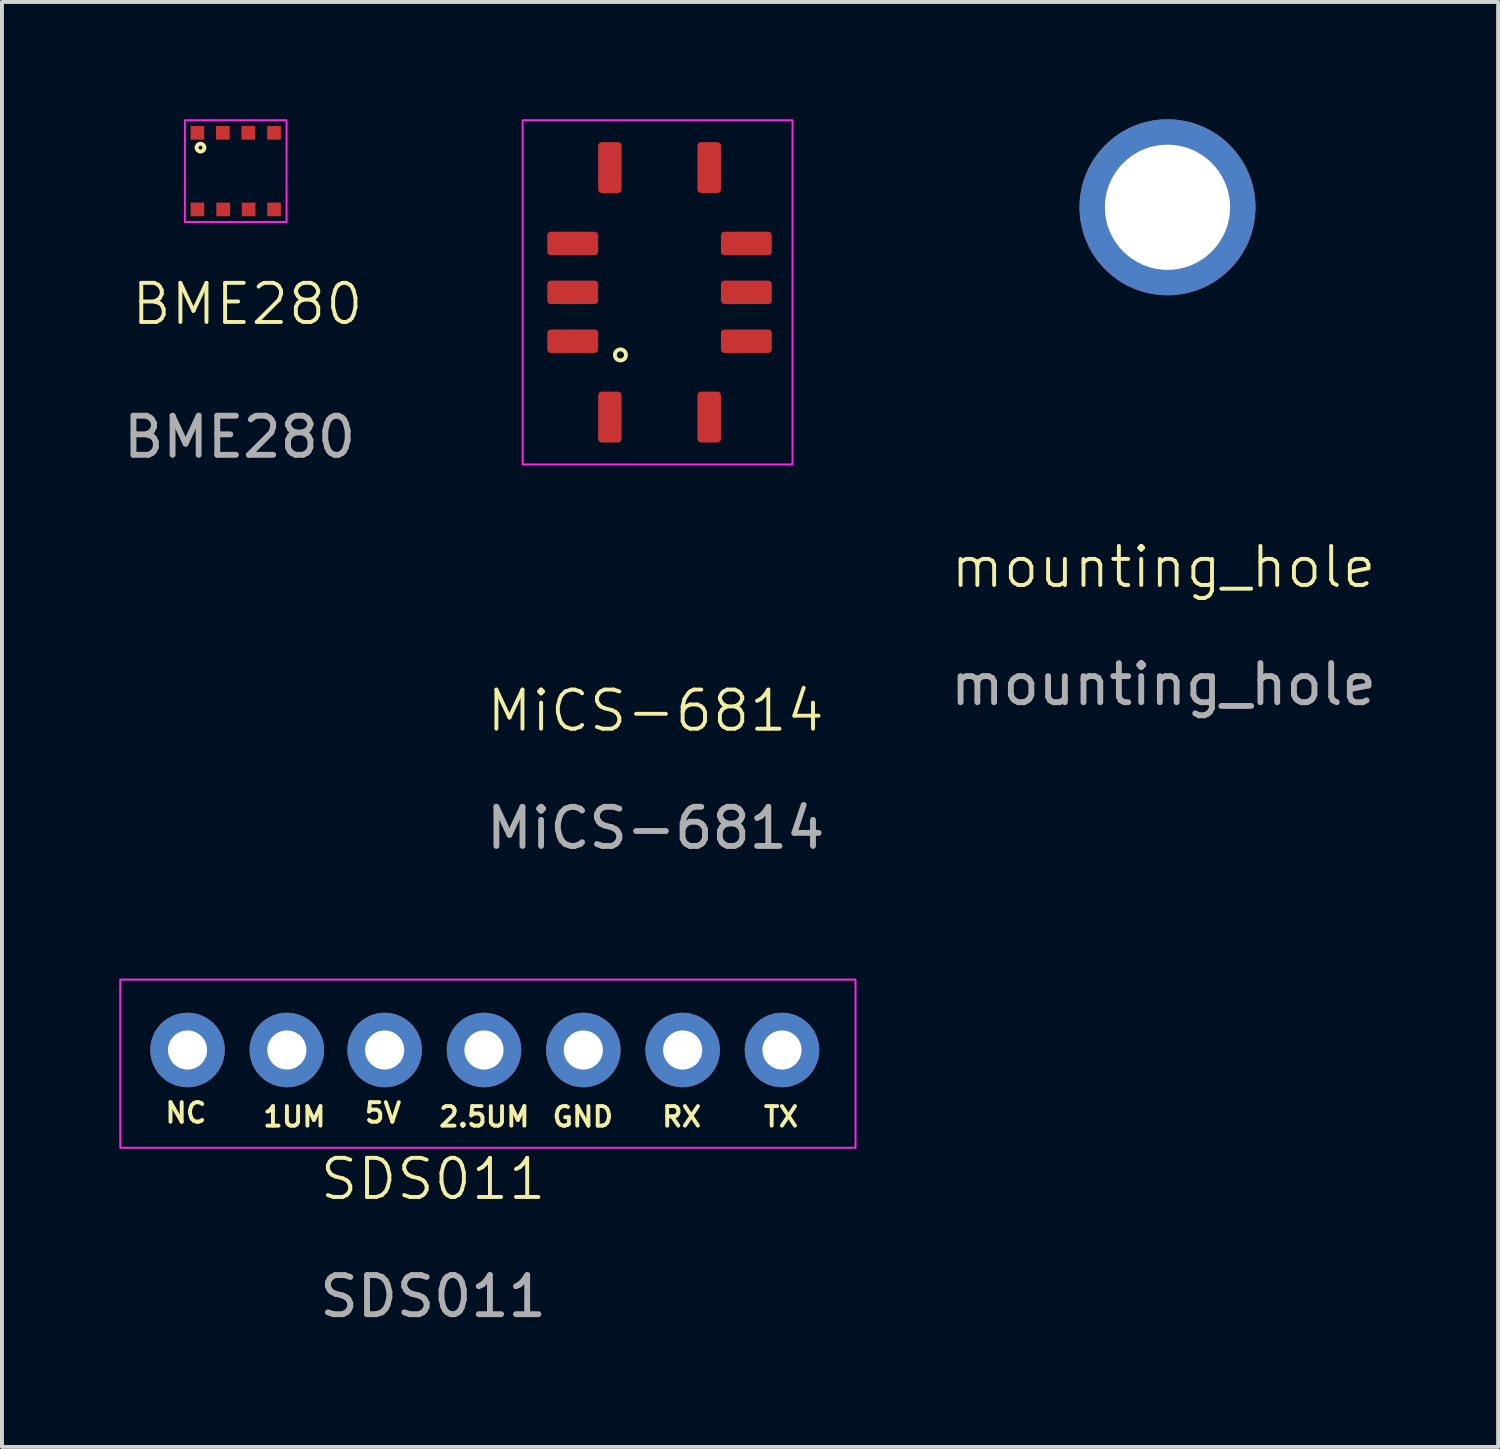
<source format=kicad_pcb>
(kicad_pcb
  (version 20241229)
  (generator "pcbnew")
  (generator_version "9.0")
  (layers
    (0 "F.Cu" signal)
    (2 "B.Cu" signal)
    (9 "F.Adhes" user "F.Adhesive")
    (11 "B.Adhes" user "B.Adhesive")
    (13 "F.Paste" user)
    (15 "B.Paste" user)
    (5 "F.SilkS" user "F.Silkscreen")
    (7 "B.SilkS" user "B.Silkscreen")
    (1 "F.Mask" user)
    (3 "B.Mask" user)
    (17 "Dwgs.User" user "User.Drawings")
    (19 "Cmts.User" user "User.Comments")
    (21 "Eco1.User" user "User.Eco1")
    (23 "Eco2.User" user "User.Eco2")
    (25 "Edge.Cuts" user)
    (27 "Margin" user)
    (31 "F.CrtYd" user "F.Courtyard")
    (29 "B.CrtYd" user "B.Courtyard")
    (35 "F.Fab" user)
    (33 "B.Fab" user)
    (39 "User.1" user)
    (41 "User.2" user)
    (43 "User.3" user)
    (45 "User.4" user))
  (footprint "mounting_hole"
    (layer "F.Cu")
    (at 26.702 11.95)
    (property "Reference" "mounting_hole" (at 0 -0.5 0) (unlocked yes) (layer "F.SilkS") (effects (font (size 1 1) (thickness 0.1))))
    (attr smd)
    (fp_text user "${REFERENCE}" (at 0 2.5 0) (unlocked yes) (layer "F.Fab") (effects (font (size 1 1) (thickness 0.15))))
    (pad "" thru_hole circle (at 0.1 -9.7) (size 4.5 4.5) (drill 3.2) (layers "*.Cu" "*.Mask")))
  (footprint "MiCS-6814"
    (layer "F.Cu")
    (at 13.814 4.425)
    (property "Reference" "MiCS-6814" (at -0.1 10.7 0) (unlocked yes) (layer "F.SilkS") (effects (font (size 1 1) (thickness 0.1))))
    (attr smd)
    (fp_circle (center -1 1.6) (end -0.9 1.5) (stroke (width 0.1) (type default)) (fill no) (layer "F.SilkS"))
    (fp_rect (start -3.5 -4.4) (end 3.4 4.4) (stroke (width 0.05) (type default)) (fill no) (layer "F.CrtYd"))
    (fp_text user "${REFERENCE}" (at -0.1 13.7 0) (unlocked yes) (layer "F.Fab") (effects (font (size 1 1) (thickness 0.15))))
    (pad "1" smd roundrect (at -2.22 1.25 90) (size 0.6 1.3) (layers "F.Cu" "F.Mask" "F.Paste") (roundrect_rratio 0.15))
    (pad "2" smd roundrect (at -2.22 0 90) (size 0.6 1.3) (layers "F.Cu" "F.Mask" "F.Paste") (roundrect_rratio 0.15))
    (pad "3" smd roundrect (at -2.22 -1.25 90) (size 0.6 1.3) (layers "F.Cu" "F.Mask" "F.Paste") (roundrect_rratio 0.15))
    (pad "4" smd roundrect (at -1.27 -3.19) (size 0.6 1.3) (layers "F.Cu" "F.Mask" "F.Paste") (roundrect_rratio 0.15))
    (pad "5" smd roundrect (at 1.27 -3.19) (size 0.6 1.3) (layers "F.Cu" "F.Mask" "F.Paste") (roundrect_rratio 0.15))
    (pad "6" smd roundrect (at 2.22 -1.25 90) (size 0.6 1.3) (layers "F.Cu" "F.Mask" "F.Paste") (roundrect_rratio 0.15))
    (pad "7" smd roundrect (at 2.22 0 90) (size 0.6 1.3) (layers "F.Cu" "F.Mask" "F.Paste") (roundrect_rratio 0.15))
    (pad "8" smd roundrect (at 2.22 1.25 90) (size 0.6 1.3) (layers "F.Cu" "F.Mask" "F.Paste") (roundrect_rratio 0.15))
    (pad "9" smd roundrect (at 1.27 3.19) (size 0.6 1.3) (layers "F.Cu" "F.Mask" "F.Paste") (roundrect_rratio 0.15))
    (pad "10" smd roundrect (at -1.27 3.19) (size 0.6 1.3) (layers "F.Cu" "F.Mask" "F.Paste") (roundrect_rratio 0.15)))
  (footprint "BME280"
    (layer "F.Cu")
    (at 2.977 1.325)
    (property "Reference" "BME280" (at 0.3 3.4 0) (unlocked yes) (layer "F.SilkS") (effects (font (size 1 1) (thickness 0.1))))
    (attr smd)
    (fp_circle (center -0.9 -0.6) (end -1 -0.6) (stroke (width 0.1) (type default)) (fill no) (layer "F.SilkS"))
    (fp_rect (start -1.3 -1.3) (end 1.3 1.3) (stroke (width 0.05) (type default)) (fill no) (layer "F.CrtYd"))
    (fp_text user "${REFERENCE}" (at 0.1 6.8 0) (unlocked yes) (layer "F.Fab") (effects (font (size 1 1) (thickness 0.15))))
    (pad "1" smd rect (at -0.98 -0.98 90) (size 0.35 0.35) (layers "F.Cu" "F.Mask" "F.Paste"))
    (pad "2" smd rect (at -0.33 -0.98 90) (size 0.35 0.35) (layers "F.Cu" "F.Mask" "F.Paste"))
    (pad "3" smd rect (at 0.32 -0.98 180) (size 0.35 0.35) (layers "F.Cu" "F.Mask" "F.Paste"))
    (pad "4" smd rect (at 0.98 -0.98 90) (size 0.35 0.35) (layers "F.Cu" "F.Mask" "F.Paste"))
    (pad "5" smd rect (at 0.98 0.98 90) (size 0.35 0.35) (layers "F.Cu" "F.Mask" "F.Paste"))
    (pad "6" smd rect (at 0.33 0.98 90) (size 0.35 0.35) (layers "F.Cu" "F.Mask" "F.Paste"))
    (pad "7" smd rect (at -0.32 0.98 90) (size 0.35 0.35) (layers "F.Cu" "F.Mask" "F.Paste"))
    (pad "8" smd rect (at -0.98 0.98 90) (size 0.35 0.35) (layers "F.Cu" "F.Mask" "F.Paste")))
  (footprint "SDS011"
    (layer "F.Cu")
    (at 8.025 25.098)
    (property "Reference" "SDS011" (at 0 2 0) (unlocked yes) (layer "F.SilkS") (effects (font (size 1 1) (thickness 0.1))))
    (attr smd)
    (fp_rect (start -8 -3.1) (end 10.8 1.2) (stroke (width 0.05) (type default)) (fill no) (layer "F.CrtYd"))
    (fp_text user "1UM" (at -4.4 0.7 0) (unlocked yes) (layer "F.SilkS") (effects (font (size 0.5 0.5) (thickness 0.1) (bold yes)) (justify left bottom)))
    (fp_text user "NC" (at -6.9 0.6 0) (unlocked yes) (layer "F.SilkS") (effects (font (size 0.5 0.5) (thickness 0.1) (bold yes)) (justify left bottom)))
    (fp_text user "GND" (at 3 0.7 0) (unlocked yes) (layer "F.SilkS") (effects (font (size 0.5 0.5) (thickness 0.1) (bold yes)) (justify left bottom)))
    (fp_text user "RX" (at 5.8 0.7 0) (unlocked yes) (layer "F.SilkS") (effects (font (size 0.5 0.5) (thickness 0.1) (bold yes)) (justify left bottom)))
    (fp_text user "TX" (at 8.4 0.7 0) (unlocked yes) (layer "F.SilkS") (effects (font (size 0.5 0.5) (thickness 0.1) (bold yes)) (justify left bottom)))
    (fp_text user "2.5UM" (at 0.1 0.7 0) (unlocked yes) (layer "F.SilkS") (effects (font (size 0.5 0.5) (thickness 0.1) (bold yes)) (justify left bottom)))
    (fp_text user "5V" (at -1.8 0.6 0) (unlocked yes) (layer "F.SilkS") (effects (font (size 0.5 0.5) (thickness 0.1) (bold yes)) (justify left bottom)))
    (fp_text user "${REFERENCE}" (at 0 5 0) (unlocked yes) (layer "F.Fab") (effects (font (size 1 1) (thickness 0.15))))
    (pad "1" thru_hole circle (at -6.28 -1.3) (size 1.905 1.905) (drill 1) (layers "*.Cu" "*.Mask"))
    (pad "2" thru_hole circle (at -3.74 -1.3) (size 1.905 1.905) (drill 1) (layers "*.Cu" "*.Mask"))
    (pad "3" thru_hole circle (at -1.24 -1.3) (size 1.905 1.905) (drill 1) (layers "*.Cu" "*.Mask"))
    (pad "4" thru_hole circle (at 1.3 -1.3) (size 1.905 1.905) (drill 1) (layers "*.Cu" "*.Mask"))
    (pad "5" thru_hole circle (at 3.84 -1.3) (size 1.905 1.905) (drill 1) (layers "*.Cu" "*.Mask"))
    (pad "6" thru_hole circle (at 6.38 -1.3) (size 1.905 1.905) (drill 1) (layers "*.Cu" "*.Mask"))
    (pad "7" thru_hole circle (at 8.92 -1.3) (size 1.905 1.905) (drill 1) (layers "*.Cu" "*.Mask")))
  (gr_rect
    (start -3 -3)
    (end 35.256 33.947)
    (stroke (width 0.1) (type default))
    (fill no)
    (layer "Edge.Cuts")))
</source>
